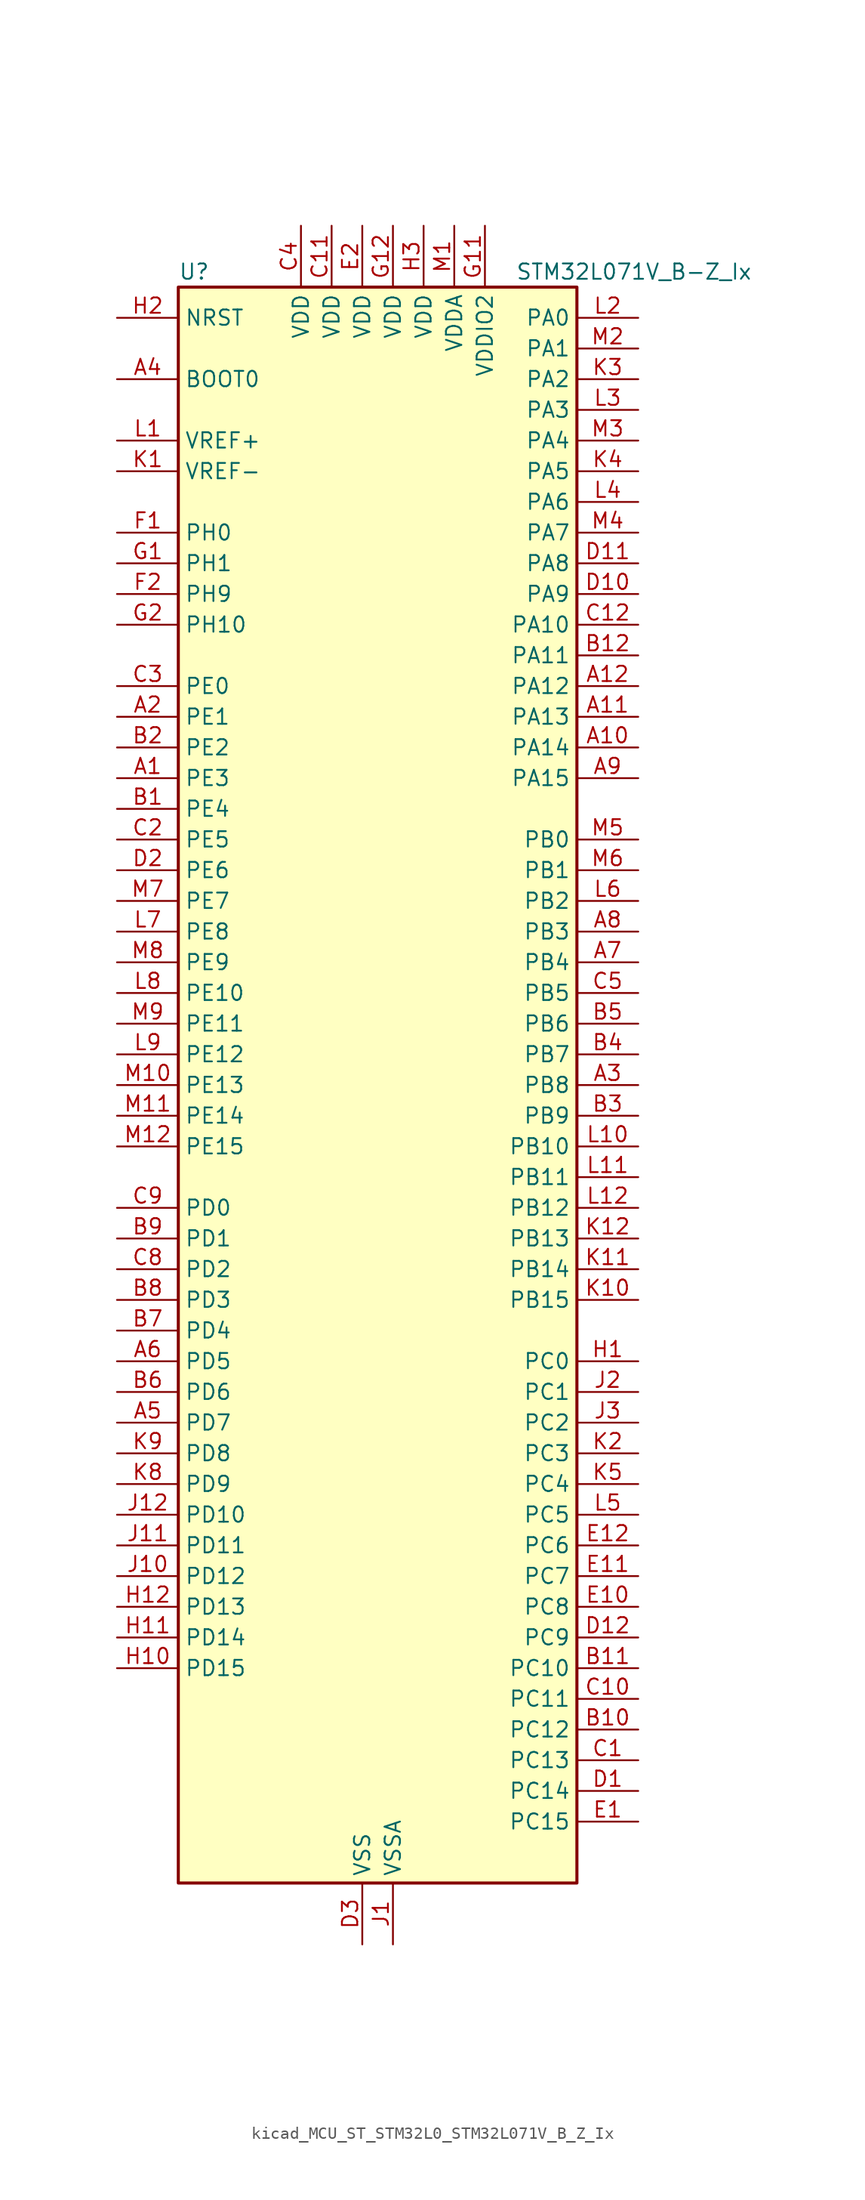
<source format=kicad_sym>
(kicad_symbol_lib
  (version 20220914)
  (generator kicad_symbol_editor)
  (symbol "kicad_MCU_ST_STM32L0_STM32L071V_B_Z_Ix"
    (property "Reference" "U"
      (at -15.24 67.31 0)
      (effects (font (size 1.27 1.27)) (justify left)))
    (property "Value" "STM32L071V_B-Z_Ix"
      (at 12.7 67.31 0)
      (effects (font (size 1.27 1.27)) (justify left)))
    (property "ki_locked" ""
      (at 0 0 0)
      (effects (font (size 1.27 1.27))))
    (symbol "kicad_MCU_ST_STM32L0_STM32L071V_B_Z_Ix_0_1"
      (rectangle (start -15.24 -66.04) (end 17.78 66.04) (stroke (width 0.254) (type default)) (fill (type background))))
    (symbol "kicad_MCU_ST_STM32L0_STM32L071V_B_Z_Ix_1_1"
      (pin bidirectional line (at -20.32 25.4 0) (length 5.08) (name "PE3" (effects (font (size 1.27 1.27)))) (number "A1" (effects (font (size 1.27 1.27)))) (alternate "TIM22_CH1" bidirectional line) (alternate "TIM3_CH1" bidirectional line))
      (pin bidirectional line (at 22.86 27.94 180) (length 5.08) (name "PA14" (effects (font (size 1.27 1.27)))) (number "A10" (effects (font (size 1.27 1.27)))) (alternate "LPUART1_TX" bidirectional line) (alternate "SYS_SWCLK" bidirectional line) (alternate "USART2_TX" bidirectional line))
      (pin bidirectional line (at 22.86 30.48 180) (length 5.08) (name "PA13" (effects (font (size 1.27 1.27)))) (number "A11" (effects (font (size 1.27 1.27)))) (alternate "LPUART1_RX" bidirectional line) (alternate "SYS_SWDIO" bidirectional line))
      (pin bidirectional line (at 22.86 33.02 180) (length 5.08) (name "PA12" (effects (font (size 1.27 1.27)))) (number "A12" (effects (font (size 1.27 1.27)))) (alternate "COMP2_OUT" bidirectional line) (alternate "SPI1_MOSI" bidirectional line) (alternate "USART1_DE" bidirectional line) (alternate "USART1_RTS" bidirectional line))
      (pin bidirectional line (at -20.32 30.48 0) (length 5.08) (name "PE1" (effects (font (size 1.27 1.27)))) (number "A2" (effects (font (size 1.27 1.27)))))
      (pin bidirectional line (at 22.86 0 180) (length 5.08) (name "PB8" (effects (font (size 1.27 1.27)))) (number "A3" (effects (font (size 1.27 1.27)))) (alternate "I2C1_SCL" bidirectional line))
      (pin input line (at -20.32 58.42 0) (length 5.08) (name "BOOT0" (effects (font (size 1.27 1.27)))) (number "A4" (effects (font (size 1.27 1.27)))))
      (pin bidirectional line (at -20.32 -27.94 0) (length 5.08) (name "PD7" (effects (font (size 1.27 1.27)))) (number "A5" (effects (font (size 1.27 1.27)))) (alternate "TIM21_CH2" bidirectional line) (alternate "USART2_CK" bidirectional line))
      (pin bidirectional line (at -20.32 -22.86 0) (length 5.08) (name "PD5" (effects (font (size 1.27 1.27)))) (number "A6" (effects (font (size 1.27 1.27)))) (alternate "USART2_TX" bidirectional line))
      (pin bidirectional line (at 22.86 10.16 180) (length 5.08) (name "PB4" (effects (font (size 1.27 1.27)))) (number "A7" (effects (font (size 1.27 1.27)))) (alternate "COMP2_INP" bidirectional line) (alternate "I2C3_SDA" bidirectional line) (alternate "SPI1_MISO" bidirectional line) (alternate "TIM22_CH1" bidirectional line) (alternate "TIM3_CH1" bidirectional line) (alternate "USART1_CTS" bidirectional line) (alternate "USART5_RX" bidirectional line))
      (pin bidirectional line (at 22.86 12.7 180) (length 5.08) (name "PB3" (effects (font (size 1.27 1.27)))) (number "A8" (effects (font (size 1.27 1.27)))) (alternate "COMP2_INM" bidirectional line) (alternate "SPI1_SCK" bidirectional line) (alternate "TIM2_CH2" bidirectional line) (alternate "USART1_DE" bidirectional line) (alternate "USART1_RTS" bidirectional line) (alternate "USART5_TX" bidirectional line))
      (pin bidirectional line (at 22.86 25.4 180) (length 5.08) (name "PA15" (effects (font (size 1.27 1.27)))) (number "A9" (effects (font (size 1.27 1.27)))) (alternate "SPI1_NSS" bidirectional line) (alternate "TIM2_CH1" bidirectional line) (alternate "TIM2_ETR" bidirectional line) (alternate "USART2_RX" bidirectional line) (alternate "USART4_DE" bidirectional line) (alternate "USART4_RTS" bidirectional line))
      (pin bidirectional line (at -20.32 22.86 0) (length 5.08) (name "PE4" (effects (font (size 1.27 1.27)))) (number "B1" (effects (font (size 1.27 1.27)))) (alternate "TIM22_CH2" bidirectional line) (alternate "TIM3_CH2" bidirectional line))
      (pin bidirectional line (at 22.86 -53.34 180) (length 5.08) (name "PC12" (effects (font (size 1.27 1.27)))) (number "B10" (effects (font (size 1.27 1.27)))) (alternate "USART4_CK" bidirectional line) (alternate "USART5_TX" bidirectional line))
      (pin bidirectional line (at 22.86 -48.26 180) (length 5.08) (name "PC10" (effects (font (size 1.27 1.27)))) (number "B11" (effects (font (size 1.27 1.27)))) (alternate "LPUART1_TX" bidirectional line) (alternate "USART4_TX" bidirectional line))
      (pin bidirectional line (at 22.86 35.56 180) (length 5.08) (name "PA11" (effects (font (size 1.27 1.27)))) (number "B12" (effects (font (size 1.27 1.27)))) (alternate "ADC_EXTI11" bidirectional line) (alternate "COMP1_OUT" bidirectional line) (alternate "SPI1_MISO" bidirectional line) (alternate "USART1_CTS" bidirectional line))
      (pin bidirectional line (at -20.32 27.94 0) (length 5.08) (name "PE2" (effects (font (size 1.27 1.27)))) (number "B2" (effects (font (size 1.27 1.27)))) (alternate "TIM3_ETR" bidirectional line))
      (pin bidirectional line (at 22.86 -2.54 180) (length 5.08) (name "PB9" (effects (font (size 1.27 1.27)))) (number "B3" (effects (font (size 1.27 1.27)))) (alternate "I2C1_SDA" bidirectional line) (alternate "I2S2_WS" bidirectional line) (alternate "SPI2_NSS" bidirectional line))
      (pin bidirectional line (at 22.86 2.54 180) (length 5.08) (name "PB7" (effects (font (size 1.27 1.27)))) (number "B4" (effects (font (size 1.27 1.27)))) (alternate "COMP2_INP" bidirectional line) (alternate "I2C1_SDA" bidirectional line) (alternate "LPTIM1_IN2" bidirectional line) (alternate "SYS_PVD_IN" bidirectional line) (alternate "USART1_RX" bidirectional line) (alternate "USART4_CTS" bidirectional line))
      (pin bidirectional line (at 22.86 5.08 180) (length 5.08) (name "PB6" (effects (font (size 1.27 1.27)))) (number "B5" (effects (font (size 1.27 1.27)))) (alternate "COMP2_INP" bidirectional line) (alternate "I2C1_SCL" bidirectional line) (alternate "LPTIM1_ETR" bidirectional line) (alternate "USART1_TX" bidirectional line))
      (pin bidirectional line (at -20.32 -25.4 0) (length 5.08) (name "PD6" (effects (font (size 1.27 1.27)))) (number "B6" (effects (font (size 1.27 1.27)))) (alternate "USART2_RX" bidirectional line))
      (pin bidirectional line (at -20.32 -20.32 0) (length 5.08) (name "PD4" (effects (font (size 1.27 1.27)))) (number "B7" (effects (font (size 1.27 1.27)))) (alternate "I2S2_SD" bidirectional line) (alternate "SPI2_MOSI" bidirectional line) (alternate "USART2_DE" bidirectional line) (alternate "USART2_RTS" bidirectional line))
      (pin bidirectional line (at -20.32 -17.78 0) (length 5.08) (name "PD3" (effects (font (size 1.27 1.27)))) (number "B8" (effects (font (size 1.27 1.27)))) (alternate "I2S2_MCK" bidirectional line) (alternate "SPI2_MISO" bidirectional line) (alternate "USART2_CTS" bidirectional line))
      (pin bidirectional line (at -20.32 -12.7 0) (length 5.08) (name "PD1" (effects (font (size 1.27 1.27)))) (number "B9" (effects (font (size 1.27 1.27)))) (alternate "I2S2_CK" bidirectional line) (alternate "SPI2_SCK" bidirectional line))
      (pin bidirectional line (at 22.86 -55.88 180) (length 5.08) (name "PC13" (effects (font (size 1.27 1.27)))) (number "C1" (effects (font (size 1.27 1.27)))) (alternate "RTC_OUT_ALARM" bidirectional line) (alternate "RTC_OUT_CALIB" bidirectional line) (alternate "RTC_TAMP1" bidirectional line) (alternate "RTC_TS" bidirectional line) (alternate "SYS_WKUP2" bidirectional line))
      (pin bidirectional line (at 22.86 -50.8 180) (length 5.08) (name "PC11" (effects (font (size 1.27 1.27)))) (number "C10" (effects (font (size 1.27 1.27)))) (alternate "ADC_EXTI11" bidirectional line) (alternate "LPUART1_RX" bidirectional line) (alternate "USART4_RX" bidirectional line))
      (pin power_in line (at -2.54 71.12 270) (length 5.08) (name "VDD" (effects (font (size 1.27 1.27)))) (number "C11" (effects (font (size 1.27 1.27)))))
      (pin bidirectional line (at 22.86 38.1 180) (length 5.08) (name "PA10" (effects (font (size 1.27 1.27)))) (number "C12" (effects (font (size 1.27 1.27)))) (alternate "I2C1_SDA" bidirectional line) (alternate "USART1_RX" bidirectional line))
      (pin bidirectional line (at -20.32 20.32 0) (length 5.08) (name "PE5" (effects (font (size 1.27 1.27)))) (number "C2" (effects (font (size 1.27 1.27)))) (alternate "TIM21_CH1" bidirectional line) (alternate "TIM3_CH3" bidirectional line))
      (pin bidirectional line (at -20.32 33.02 0) (length 5.08) (name "PE0" (effects (font (size 1.27 1.27)))) (number "C3" (effects (font (size 1.27 1.27)))))
      (pin power_in line (at -5.08 71.12 270) (length 5.08) (name "VDD" (effects (font (size 1.27 1.27)))) (number "C4" (effects (font (size 1.27 1.27)))))
      (pin bidirectional line (at 22.86 7.62 180) (length 5.08) (name "PB5" (effects (font (size 1.27 1.27)))) (number "C5" (effects (font (size 1.27 1.27)))) (alternate "COMP2_INP" bidirectional line) (alternate "I2C1_SMBA" bidirectional line) (alternate "LPTIM1_IN1" bidirectional line) (alternate "SPI1_MOSI" bidirectional line) (alternate "TIM22_CH2" bidirectional line) (alternate "TIM3_CH2" bidirectional line) (alternate "USART1_CK" bidirectional line) (alternate "USART5_CK" bidirectional line) (alternate "USART5_DE" bidirectional line) (alternate "USART5_RTS" bidirectional line))
      (pin bidirectional line (at -20.32 -15.24 0) (length 5.08) (name "PD2" (effects (font (size 1.27 1.27)))) (number "C8" (effects (font (size 1.27 1.27)))) (alternate "LPUART1_DE" bidirectional line) (alternate "LPUART1_RTS" bidirectional line) (alternate "TIM3_ETR" bidirectional line) (alternate "USART5_RX" bidirectional line))
      (pin bidirectional line (at -20.32 -10.16 0) (length 5.08) (name "PD0" (effects (font (size 1.27 1.27)))) (number "C9" (effects (font (size 1.27 1.27)))) (alternate "I2S2_WS" bidirectional line) (alternate "SPI2_NSS" bidirectional line) (alternate "TIM21_CH1" bidirectional line))
      (pin bidirectional line (at 22.86 -58.42 180) (length 5.08) (name "PC14" (effects (font (size 1.27 1.27)))) (number "D1" (effects (font (size 1.27 1.27)))) (alternate "RCC_OSC32_IN" bidirectional line))
      (pin bidirectional line (at 22.86 40.64 180) (length 5.08) (name "PA9" (effects (font (size 1.27 1.27)))) (number "D10" (effects (font (size 1.27 1.27)))) (alternate "I2C1_SCL" bidirectional line) (alternate "I2C3_SMBA" bidirectional line) (alternate "RCC_MCO" bidirectional line) (alternate "USART1_TX" bidirectional line))
      (pin bidirectional line (at 22.86 43.18 180) (length 5.08) (name "PA8" (effects (font (size 1.27 1.27)))) (number "D11" (effects (font (size 1.27 1.27)))) (alternate "I2C3_SCL" bidirectional line) (alternate "RCC_MCO" bidirectional line) (alternate "USART1_CK" bidirectional line))
      (pin bidirectional line (at 22.86 -45.72 180) (length 5.08) (name "PC9" (effects (font (size 1.27 1.27)))) (number "D12" (effects (font (size 1.27 1.27)))) (alternate "I2C3_SDA" bidirectional line) (alternate "TIM21_ETR" bidirectional line) (alternate "TIM3_CH4" bidirectional line))
      (pin bidirectional line (at -20.32 17.78 0) (length 5.08) (name "PE6" (effects (font (size 1.27 1.27)))) (number "D2" (effects (font (size 1.27 1.27)))) (alternate "RTC_TAMP3" bidirectional line) (alternate "SYS_WKUP3" bidirectional line) (alternate "TIM21_CH2" bidirectional line) (alternate "TIM3_CH4" bidirectional line))
      (pin power_in line (at 0 -71.12 90) (length 5.08) (name "VSS" (effects (font (size 1.27 1.27)))) (number "D3" (effects (font (size 1.27 1.27)))))
      (pin bidirectional line (at 22.86 -60.96 180) (length 5.08) (name "PC15" (effects (font (size 1.27 1.27)))) (number "E1" (effects (font (size 1.27 1.27)))) (alternate "RCC_OSC32_OUT" bidirectional line))
      (pin bidirectional line (at 22.86 -43.18 180) (length 5.08) (name "PC8" (effects (font (size 1.27 1.27)))) (number "E10" (effects (font (size 1.27 1.27)))) (alternate "TIM22_ETR" bidirectional line) (alternate "TIM3_CH3" bidirectional line))
      (pin bidirectional line (at 22.86 -40.64 180) (length 5.08) (name "PC7" (effects (font (size 1.27 1.27)))) (number "E11" (effects (font (size 1.27 1.27)))) (alternate "TIM22_CH2" bidirectional line) (alternate "TIM3_CH2" bidirectional line))
      (pin bidirectional line (at 22.86 -38.1 180) (length 5.08) (name "PC6" (effects (font (size 1.27 1.27)))) (number "E12" (effects (font (size 1.27 1.27)))) (alternate "TIM22_CH1" bidirectional line) (alternate "TIM3_CH1" bidirectional line))
      (pin power_in line (at 0 71.12 270) (length 5.08) (name "VDD" (effects (font (size 1.27 1.27)))) (number "E2" (effects (font (size 1.27 1.27)))))
      (pin passive line (at 0 -71.12 90) (length 5.08) hide (name "VSS" (effects (font (size 1.27 1.27)))) (number "E3" (effects (font (size 1.27 1.27)))))
      (pin bidirectional line (at -20.32 45.72 0) (length 5.08) (name "PH0" (effects (font (size 1.27 1.27)))) (number "F1" (effects (font (size 1.27 1.27)))) (alternate "RCC_OSC_IN" bidirectional line))
      (pin passive line (at 0 -71.12 90) (length 5.08) hide (name "VSS" (effects (font (size 1.27 1.27)))) (number "F11" (effects (font (size 1.27 1.27)))))
      (pin passive line (at 0 -71.12 90) (length 5.08) hide (name "VSS" (effects (font (size 1.27 1.27)))) (number "F12" (effects (font (size 1.27 1.27)))))
      (pin bidirectional line (at -20.32 40.64 0) (length 5.08) (name "PH9" (effects (font (size 1.27 1.27)))) (number "F2" (effects (font (size 1.27 1.27)))))
      (pin bidirectional line (at -20.32 43.18 0) (length 5.08) (name "PH1" (effects (font (size 1.27 1.27)))) (number "G1" (effects (font (size 1.27 1.27)))) (alternate "RCC_OSC_OUT" bidirectional line))
      (pin power_in line (at 10.16 71.12 270) (length 5.08) (name "VDDIO2" (effects (font (size 1.27 1.27)))) (number "G11" (effects (font (size 1.27 1.27)))))
      (pin power_in line (at 2.54 71.12 270) (length 5.08) (name "VDD" (effects (font (size 1.27 1.27)))) (number "G12" (effects (font (size 1.27 1.27)))))
      (pin bidirectional line (at -20.32 38.1 0) (length 5.08) (name "PH10" (effects (font (size 1.27 1.27)))) (number "G2" (effects (font (size 1.27 1.27)))))
      (pin bidirectional line (at 22.86 -22.86 180) (length 5.08) (name "PC0" (effects (font (size 1.27 1.27)))) (number "H1" (effects (font (size 1.27 1.27)))) (alternate "ADC_IN10" bidirectional line) (alternate "I2C3_SCL" bidirectional line) (alternate "LPTIM1_IN1" bidirectional line) (alternate "LPUART1_RX" bidirectional line))
      (pin bidirectional line (at -20.32 -48.26 0) (length 5.08) (name "PD15" (effects (font (size 1.27 1.27)))) (number "H10" (effects (font (size 1.27 1.27)))))
      (pin bidirectional line (at -20.32 -45.72 0) (length 5.08) (name "PD14" (effects (font (size 1.27 1.27)))) (number "H11" (effects (font (size 1.27 1.27)))))
      (pin bidirectional line (at -20.32 -43.18 0) (length 5.08) (name "PD13" (effects (font (size 1.27 1.27)))) (number "H12" (effects (font (size 1.27 1.27)))))
      (pin input line (at -20.32 63.5 0) (length 5.08) (name "NRST" (effects (font (size 1.27 1.27)))) (number "H2" (effects (font (size 1.27 1.27)))))
      (pin power_in line (at 5.08 71.12 270) (length 5.08) (name "VDD" (effects (font (size 1.27 1.27)))) (number "H3" (effects (font (size 1.27 1.27)))))
      (pin power_in line (at 2.54 -71.12 90) (length 5.08) (name "VSSA" (effects (font (size 1.27 1.27)))) (number "J1" (effects (font (size 1.27 1.27)))))
      (pin bidirectional line (at -20.32 -40.64 0) (length 5.08) (name "PD12" (effects (font (size 1.27 1.27)))) (number "J10" (effects (font (size 1.27 1.27)))) (alternate "LPUART1_DE" bidirectional line) (alternate "LPUART1_RTS" bidirectional line))
      (pin bidirectional line (at -20.32 -38.1 0) (length 5.08) (name "PD11" (effects (font (size 1.27 1.27)))) (number "J11" (effects (font (size 1.27 1.27)))) (alternate "ADC_EXTI11" bidirectional line) (alternate "LPUART1_CTS" bidirectional line))
      (pin bidirectional line (at -20.32 -35.56 0) (length 5.08) (name "PD10" (effects (font (size 1.27 1.27)))) (number "J12" (effects (font (size 1.27 1.27)))))
      (pin bidirectional line (at 22.86 -25.4 180) (length 5.08) (name "PC1" (effects (font (size 1.27 1.27)))) (number "J2" (effects (font (size 1.27 1.27)))) (alternate "ADC_IN11" bidirectional line) (alternate "I2C3_SDA" bidirectional line) (alternate "LPTIM1_OUT" bidirectional line) (alternate "LPUART1_TX" bidirectional line))
      (pin bidirectional line (at 22.86 -27.94 180) (length 5.08) (name "PC2" (effects (font (size 1.27 1.27)))) (number "J3" (effects (font (size 1.27 1.27)))) (alternate "ADC_IN12" bidirectional line) (alternate "I2S2_MCK" bidirectional line) (alternate "LPTIM1_IN2" bidirectional line) (alternate "SPI2_MISO" bidirectional line))
      (pin input line (at -20.32 50.8 0) (length 5.08) (name "VREF-" (effects (font (size 1.27 1.27)))) (number "K1" (effects (font (size 1.27 1.27)))))
      (pin bidirectional line (at 22.86 -17.78 180) (length 5.08) (name "PB15" (effects (font (size 1.27 1.27)))) (number "K10" (effects (font (size 1.27 1.27)))) (alternate "I2S2_SD" bidirectional line) (alternate "RTC_REFIN" bidirectional line) (alternate "SPI2_MOSI" bidirectional line))
      (pin bidirectional line (at 22.86 -15.24 180) (length 5.08) (name "PB14" (effects (font (size 1.27 1.27)))) (number "K11" (effects (font (size 1.27 1.27)))) (alternate "I2C2_SDA" bidirectional line) (alternate "I2S2_MCK" bidirectional line) (alternate "LPUART1_DE" bidirectional line) (alternate "LPUART1_RTS" bidirectional line) (alternate "RTC_OUT_ALARM" bidirectional line) (alternate "RTC_OUT_CALIB" bidirectional line) (alternate "SPI2_MISO" bidirectional line) (alternate "TIM21_CH2" bidirectional line))
      (pin bidirectional line (at 22.86 -12.7 180) (length 5.08) (name "PB13" (effects (font (size 1.27 1.27)))) (number "K12" (effects (font (size 1.27 1.27)))) (alternate "I2C2_SCL" bidirectional line) (alternate "I2S2_CK" bidirectional line) (alternate "LPUART1_CTS" bidirectional line) (alternate "RCC_MCO" bidirectional line) (alternate "SPI2_SCK" bidirectional line) (alternate "TIM21_CH1" bidirectional line))
      (pin bidirectional line (at 22.86 -30.48 180) (length 5.08) (name "PC3" (effects (font (size 1.27 1.27)))) (number "K2" (effects (font (size 1.27 1.27)))) (alternate "ADC_IN13" bidirectional line) (alternate "I2S2_SD" bidirectional line) (alternate "LPTIM1_ETR" bidirectional line) (alternate "SPI2_MOSI" bidirectional line))
      (pin bidirectional line (at 22.86 58.42 180) (length 5.08) (name "PA2" (effects (font (size 1.27 1.27)))) (number "K3" (effects (font (size 1.27 1.27)))) (alternate "ADC_IN2" bidirectional line) (alternate "COMP2_INM" bidirectional line) (alternate "COMP2_OUT" bidirectional line) (alternate "LPUART1_TX" bidirectional line) (alternate "TIM21_CH1" bidirectional line) (alternate "TIM2_CH3" bidirectional line) (alternate "USART2_TX" bidirectional line))
      (pin bidirectional line (at 22.86 50.8 180) (length 5.08) (name "PA5" (effects (font (size 1.27 1.27)))) (number "K4" (effects (font (size 1.27 1.27)))) (alternate "ADC_IN5" bidirectional line) (alternate "COMP1_INM" bidirectional line) (alternate "COMP2_INM" bidirectional line) (alternate "SPI1_SCK" bidirectional line) (alternate "TIM2_CH1" bidirectional line) (alternate "TIM2_ETR" bidirectional line))
      (pin bidirectional line (at 22.86 -33.02 180) (length 5.08) (name "PC4" (effects (font (size 1.27 1.27)))) (number "K5" (effects (font (size 1.27 1.27)))) (alternate "ADC_IN14" bidirectional line) (alternate "LPUART1_TX" bidirectional line))
      (pin bidirectional line (at -20.32 -33.02 0) (length 5.08) (name "PD9" (effects (font (size 1.27 1.27)))) (number "K8" (effects (font (size 1.27 1.27)))) (alternate "LPUART1_RX" bidirectional line))
      (pin bidirectional line (at -20.32 -30.48 0) (length 5.08) (name "PD8" (effects (font (size 1.27 1.27)))) (number "K9" (effects (font (size 1.27 1.27)))) (alternate "LPUART1_TX" bidirectional line))
      (pin input line (at -20.32 53.34 0) (length 5.08) (name "VREF+" (effects (font (size 1.27 1.27)))) (number "L1" (effects (font (size 1.27 1.27)))))
      (pin bidirectional line (at 22.86 -5.08 180) (length 5.08) (name "PB10" (effects (font (size 1.27 1.27)))) (number "L10" (effects (font (size 1.27 1.27)))) (alternate "I2C2_SCL" bidirectional line) (alternate "LPUART1_RX" bidirectional line) (alternate "LPUART1_TX" bidirectional line) (alternate "SPI2_SCK" bidirectional line) (alternate "TIM2_CH3" bidirectional line))
      (pin bidirectional line (at 22.86 -7.62 180) (length 5.08) (name "PB11" (effects (font (size 1.27 1.27)))) (number "L11" (effects (font (size 1.27 1.27)))) (alternate "ADC_EXTI11" bidirectional line) (alternate "I2C2_SDA" bidirectional line) (alternate "LPUART1_RX" bidirectional line) (alternate "LPUART1_TX" bidirectional line) (alternate "TIM2_CH4" bidirectional line))
      (pin bidirectional line (at 22.86 -10.16 180) (length 5.08) (name "PB12" (effects (font (size 1.27 1.27)))) (number "L12" (effects (font (size 1.27 1.27)))) (alternate "I2S2_WS" bidirectional line) (alternate "LPUART1_DE" bidirectional line) (alternate "LPUART1_RTS" bidirectional line) (alternate "SPI2_NSS" bidirectional line))
      (pin bidirectional line (at 22.86 63.5 180) (length 5.08) (name "PA0" (effects (font (size 1.27 1.27)))) (number "L2" (effects (font (size 1.27 1.27)))) (alternate "ADC_IN0" bidirectional line) (alternate "COMP1_INM" bidirectional line) (alternate "COMP1_OUT" bidirectional line) (alternate "RTC_TAMP2" bidirectional line) (alternate "SYS_WKUP1" bidirectional line) (alternate "TIM2_CH1" bidirectional line) (alternate "TIM2_ETR" bidirectional line) (alternate "USART2_CTS" bidirectional line) (alternate "USART4_TX" bidirectional line))
      (pin bidirectional line (at 22.86 55.88 180) (length 5.08) (name "PA3" (effects (font (size 1.27 1.27)))) (number "L3" (effects (font (size 1.27 1.27)))) (alternate "ADC_IN3" bidirectional line) (alternate "COMP2_INP" bidirectional line) (alternate "LPUART1_RX" bidirectional line) (alternate "TIM21_CH2" bidirectional line) (alternate "TIM2_CH4" bidirectional line) (alternate "USART2_RX" bidirectional line))
      (pin bidirectional line (at 22.86 48.26 180) (length 5.08) (name "PA6" (effects (font (size 1.27 1.27)))) (number "L4" (effects (font (size 1.27 1.27)))) (alternate "ADC_IN6" bidirectional line) (alternate "COMP1_OUT" bidirectional line) (alternate "LPUART1_CTS" bidirectional line) (alternate "SPI1_MISO" bidirectional line) (alternate "TIM22_CH1" bidirectional line) (alternate "TIM3_CH1" bidirectional line))
      (pin bidirectional line (at 22.86 -35.56 180) (length 5.08) (name "PC5" (effects (font (size 1.27 1.27)))) (number "L5" (effects (font (size 1.27 1.27)))) (alternate "ADC_IN15" bidirectional line) (alternate "LPUART1_RX" bidirectional line))
      (pin bidirectional line (at 22.86 15.24 180) (length 5.08) (name "PB2" (effects (font (size 1.27 1.27)))) (number "L6" (effects (font (size 1.27 1.27)))) (alternate "I2C3_SMBA" bidirectional line) (alternate "LPTIM1_OUT" bidirectional line))
      (pin bidirectional line (at -20.32 12.7 0) (length 5.08) (name "PE8" (effects (font (size 1.27 1.27)))) (number "L7" (effects (font (size 1.27 1.27)))) (alternate "USART4_TX" bidirectional line))
      (pin bidirectional line (at -20.32 7.62 0) (length 5.08) (name "PE10" (effects (font (size 1.27 1.27)))) (number "L8" (effects (font (size 1.27 1.27)))) (alternate "TIM2_CH2" bidirectional line) (alternate "USART5_TX" bidirectional line))
      (pin bidirectional line (at -20.32 2.54 0) (length 5.08) (name "PE12" (effects (font (size 1.27 1.27)))) (number "L9" (effects (font (size 1.27 1.27)))) (alternate "SPI1_NSS" bidirectional line) (alternate "TIM2_CH4" bidirectional line))
      (pin power_in line (at 7.62 71.12 270) (length 5.08) (name "VDDA" (effects (font (size 1.27 1.27)))) (number "M1" (effects (font (size 1.27 1.27)))))
      (pin bidirectional line (at -20.32 0 0) (length 5.08) (name "PE13" (effects (font (size 1.27 1.27)))) (number "M10" (effects (font (size 1.27 1.27)))) (alternate "SPI1_SCK" bidirectional line))
      (pin bidirectional line (at -20.32 -2.54 0) (length 5.08) (name "PE14" (effects (font (size 1.27 1.27)))) (number "M11" (effects (font (size 1.27 1.27)))) (alternate "SPI1_MISO" bidirectional line))
      (pin bidirectional line (at -20.32 -5.08 0) (length 5.08) (name "PE15" (effects (font (size 1.27 1.27)))) (number "M12" (effects (font (size 1.27 1.27)))) (alternate "SPI1_MOSI" bidirectional line))
      (pin bidirectional line (at 22.86 60.96 180) (length 5.08) (name "PA1" (effects (font (size 1.27 1.27)))) (number "M2" (effects (font (size 1.27 1.27)))) (alternate "ADC_IN1" bidirectional line) (alternate "COMP1_INP" bidirectional line) (alternate "TIM21_ETR" bidirectional line) (alternate "TIM2_CH2" bidirectional line) (alternate "USART2_DE" bidirectional line) (alternate "USART2_RTS" bidirectional line) (alternate "USART4_RX" bidirectional line))
      (pin bidirectional line (at 22.86 53.34 180) (length 5.08) (name "PA4" (effects (font (size 1.27 1.27)))) (number "M3" (effects (font (size 1.27 1.27)))) (alternate "ADC_IN4" bidirectional line) (alternate "COMP1_INM" bidirectional line) (alternate "COMP2_INM" bidirectional line) (alternate "SPI1_NSS" bidirectional line) (alternate "TIM22_ETR" bidirectional line) (alternate "USART2_CK" bidirectional line))
      (pin bidirectional line (at 22.86 45.72 180) (length 5.08) (name "PA7" (effects (font (size 1.27 1.27)))) (number "M4" (effects (font (size 1.27 1.27)))) (alternate "ADC_IN7" bidirectional line) (alternate "COMP2_OUT" bidirectional line) (alternate "SPI1_MOSI" bidirectional line) (alternate "TIM22_CH2" bidirectional line) (alternate "TIM3_CH2" bidirectional line))
      (pin bidirectional line (at 22.86 20.32 180) (length 5.08) (name "PB0" (effects (font (size 1.27 1.27)))) (number "M5" (effects (font (size 1.27 1.27)))) (alternate "ADC_IN8" bidirectional line) (alternate "SYS_VREF_OUT_PB0" bidirectional line) (alternate "TIM3_CH3" bidirectional line))
      (pin bidirectional line (at 22.86 17.78 180) (length 5.08) (name "PB1" (effects (font (size 1.27 1.27)))) (number "M6" (effects (font (size 1.27 1.27)))) (alternate "ADC_IN9" bidirectional line) (alternate "LPUART1_DE" bidirectional line) (alternate "LPUART1_RTS" bidirectional line) (alternate "SYS_VREF_OUT_PB1" bidirectional line) (alternate "TIM3_CH4" bidirectional line))
      (pin bidirectional line (at -20.32 15.24 0) (length 5.08) (name "PE7" (effects (font (size 1.27 1.27)))) (number "M7" (effects (font (size 1.27 1.27)))) (alternate "USART5_CK" bidirectional line) (alternate "USART5_DE" bidirectional line) (alternate "USART5_RTS" bidirectional line))
      (pin bidirectional line (at -20.32 10.16 0) (length 5.08) (name "PE9" (effects (font (size 1.27 1.27)))) (number "M8" (effects (font (size 1.27 1.27)))) (alternate "TIM2_CH1" bidirectional line) (alternate "TIM2_ETR" bidirectional line) (alternate "USART4_RX" bidirectional line))
      (pin bidirectional line (at -20.32 5.08 0) (length 5.08) (name "PE11" (effects (font (size 1.27 1.27)))) (number "M9" (effects (font (size 1.27 1.27)))) (alternate "ADC_EXTI11" bidirectional line) (alternate "TIM2_CH3" bidirectional line) (alternate "USART5_RX" bidirectional line)))))
</source>
